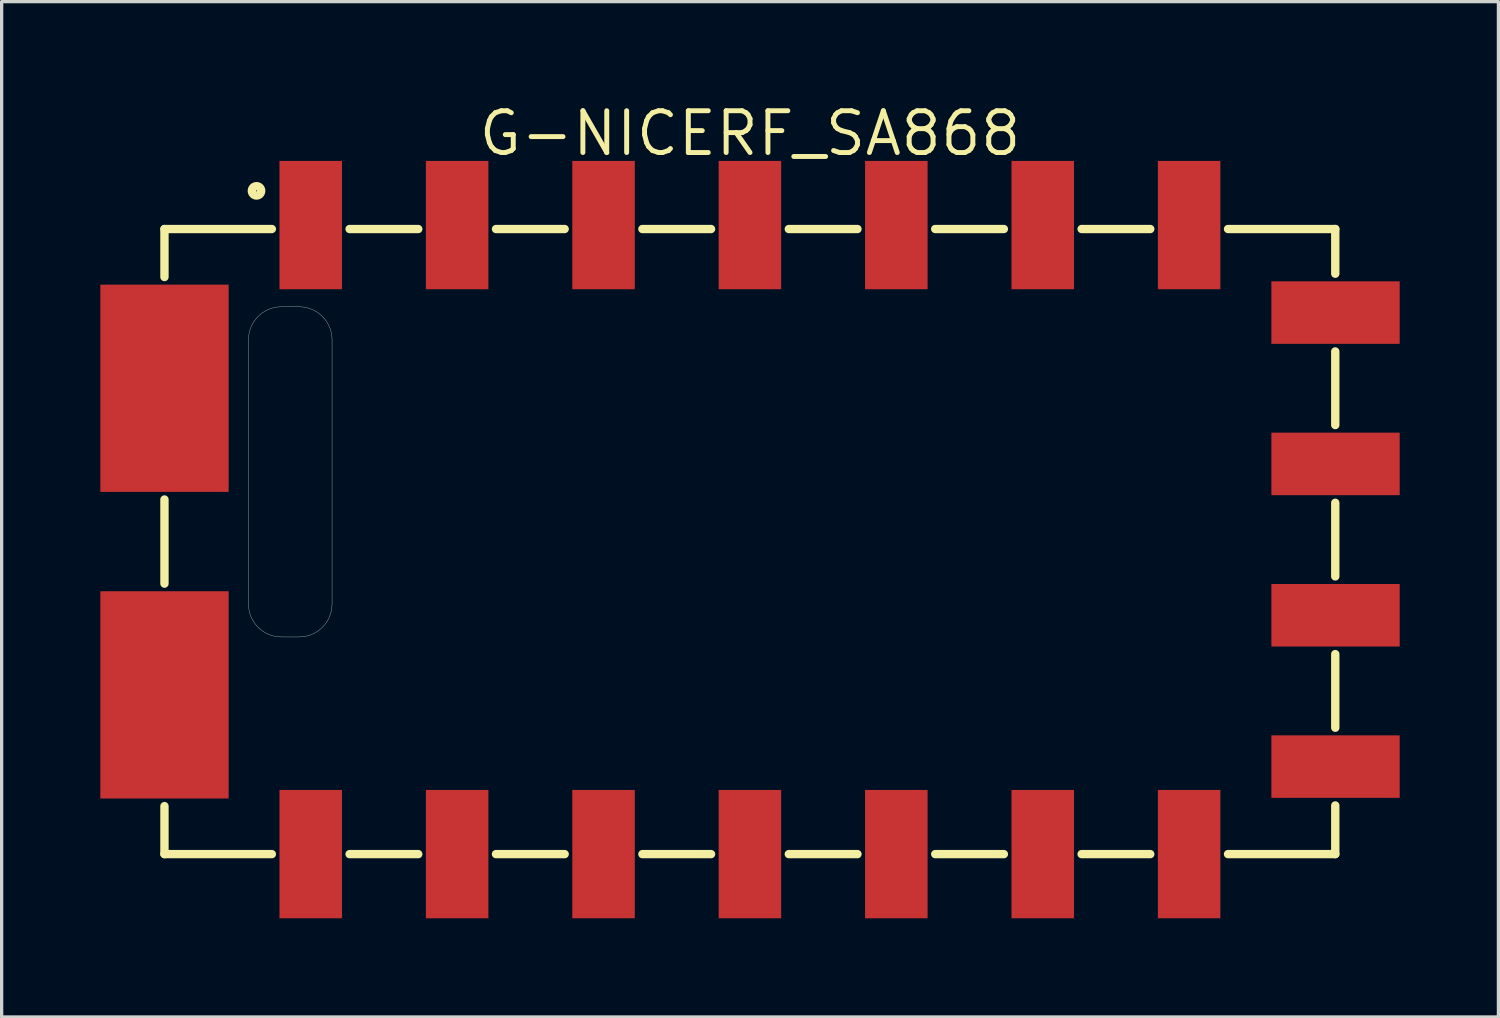
<source format=kicad_pcb>
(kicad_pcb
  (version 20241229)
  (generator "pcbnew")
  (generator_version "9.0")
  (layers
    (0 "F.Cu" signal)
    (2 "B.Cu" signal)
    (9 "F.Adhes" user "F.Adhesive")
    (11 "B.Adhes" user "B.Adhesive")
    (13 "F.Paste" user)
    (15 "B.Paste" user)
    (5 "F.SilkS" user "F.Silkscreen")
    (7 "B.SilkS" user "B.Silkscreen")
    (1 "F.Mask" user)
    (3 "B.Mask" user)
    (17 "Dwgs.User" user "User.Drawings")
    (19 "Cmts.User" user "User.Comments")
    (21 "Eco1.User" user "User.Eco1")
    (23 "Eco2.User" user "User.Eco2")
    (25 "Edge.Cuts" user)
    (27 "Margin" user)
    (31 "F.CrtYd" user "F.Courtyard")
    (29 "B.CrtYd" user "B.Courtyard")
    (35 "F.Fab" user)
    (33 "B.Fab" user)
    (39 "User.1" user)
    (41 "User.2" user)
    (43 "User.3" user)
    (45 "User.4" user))
  (footprint "G-NICERF_SA868"
    (layer "F.Cu")
    (at 19.747 13.351)
    (property "Reference" "G-NICERF_SA868" (at 0 -12.345 0) (layer "F.SilkS") (effects (font (size 1.27 1.27) (thickness 0.15))))
    (fp_line (start -17.798 -9.44) (end -17.798 -7.981) (stroke (width 0.254) (type default)) (layer "F.SilkS"))
    (fp_line (start -17.798 -9.44) (end -14.534 -9.44) (stroke (width 0.254) (type default)) (layer "F.SilkS"))
    (fp_line (start -17.798 -1.219) (end -17.798 1.339) (stroke (width 0.254) (type default)) (layer "F.SilkS"))
    (fp_line (start -17.798 8.101) (end -17.798 9.56) (stroke (width 0.254) (type default)) (layer "F.SilkS"))
    (fp_line (start -14.534 9.56) (end -17.798 9.56) (stroke (width 0.254) (type default)) (layer "F.SilkS"))
    (fp_line (start -12.171 -9.44) (end -10.084 -9.44) (stroke (width 0.254) (type default)) (layer "F.SilkS"))
    (fp_line (start -10.084 9.56) (end -12.171 9.56) (stroke (width 0.254) (type default)) (layer "F.SilkS"))
    (fp_line (start -7.721 -9.44) (end -5.634 -9.44) (stroke (width 0.254) (type default)) (layer "F.SilkS"))
    (fp_line (start -5.634 9.56) (end -7.721 9.56) (stroke (width 0.254) (type default)) (layer "F.SilkS"))
    (fp_line (start -3.271 -9.44) (end -1.184 -9.44) (stroke (width 0.254) (type default)) (layer "F.SilkS"))
    (fp_line (start -1.184 9.56) (end -3.271 9.56) (stroke (width 0.254) (type default)) (layer "F.SilkS"))
    (fp_line (start 1.179 -9.44) (end 3.266 -9.44) (stroke (width 0.254) (type default)) (layer "F.SilkS"))
    (fp_line (start 3.266 9.56) (end 1.179 9.56) (stroke (width 0.254) (type default)) (layer "F.SilkS"))
    (fp_line (start 5.629 -9.44) (end 7.716 -9.44) (stroke (width 0.254) (type default)) (layer "F.SilkS"))
    (fp_line (start 7.716 9.56) (end 5.629 9.56) (stroke (width 0.254) (type default)) (layer "F.SilkS"))
    (fp_line (start 10.079 -9.44) (end 12.166 -9.44) (stroke (width 0.254) (type default)) (layer "F.SilkS"))
    (fp_line (start 12.166 9.56) (end 10.079 9.56) (stroke (width 0.254) (type default)) (layer "F.SilkS"))
    (fp_line (start 14.529 -9.44) (end 17.789 -9.44) (stroke (width 0.254) (type default)) (layer "F.SilkS"))
    (fp_line (start 17.789 -9.44) (end 17.789 -8.081) (stroke (width 0.254) (type default)) (layer "F.SilkS"))
    (fp_line (start 17.789 -5.719) (end 17.789 -3.481) (stroke (width 0.254) (type default)) (layer "F.SilkS"))
    (fp_line (start 17.789 -1.119) (end 17.789 1.119) (stroke (width 0.254) (type default)) (layer "F.SilkS"))
    (fp_line (start 17.789 3.481) (end 17.789 5.719) (stroke (width 0.254) (type default)) (layer "F.SilkS"))
    (fp_line (start 17.789 8.081) (end 17.789 9.56) (stroke (width 0.254) (type default)) (layer "F.SilkS"))
    (fp_line (start 17.789 9.56) (end 14.529 9.56) (stroke (width 0.254) (type default)) (layer "F.SilkS"))
    (fp_circle (center -15 -10.6) (end -14.858 -10.6) (stroke (width 0.254) (type default)) (fill no) (layer "F.SilkS"))
    (fp_line (start -15.244 1.959) (end -15.244 -6.076) (stroke (width 0.01) (type default)) (layer "Edge.Cuts"))
    (fp_line (start -14.244 -7.076) (end -13.704 -7.076) (stroke (width 0.01) (type default)) (layer "Edge.Cuts"))
    (fp_line (start -13.704 2.959) (end -14.244 2.959) (stroke (width 0.01) (type default)) (layer "Edge.Cuts"))
    (fp_line (start -12.704 -6.076) (end -12.704 1.959) (stroke (width 0.01) (type default)) (layer "Edge.Cuts"))
    (fp_arc (start -15.244333 -6.07558) (mid -14.95144 -6.782687) (end -14.244333 -7.07558) (stroke (width 0.01) (type default)) (layer "Edge.Cuts"))
    (fp_arc (start -14.244333 2.958661) (mid -14.95144 2.665768) (end -15.244333 1.958661) (stroke (width 0.01) (type default)) (layer "Edge.Cuts"))
    (fp_arc (start -13.704333 -7.07558) (mid -12.997226 -6.782687) (end -12.704333 -6.07558) (stroke (width 0.01) (type default)) (layer "Edge.Cuts"))
    (fp_arc (start -12.704333 1.958661) (mid -12.997226 2.665768) (end -13.704333 2.958661) (stroke (width 0.01) (type default)) (layer "Edge.Cuts"))
    (pad "1" smd rect (at -13.352 -9.56 180) (size 1.9 3.9) (layers "F.Cu" "F.Mask" "F.Paste"))
    (pad "2" smd rect (at -8.902 -9.56 180) (size 1.9 3.9) (layers "F.Cu" "F.Mask" "F.Paste"))
    (pad "3" smd rect (at -4.452 -9.56 180) (size 1.9 3.9) (layers "F.Cu" "F.Mask" "F.Paste"))
    (pad "4" smd rect (at -0.003 -9.56 180) (size 1.9 3.9) (layers "F.Cu" "F.Mask" "F.Paste"))
    (pad "5" smd rect (at 4.447 -9.56 180) (size 1.9 3.9) (layers "F.Cu" "F.Mask" "F.Paste"))
    (pad "6" smd rect (at 8.898 -9.56 180) (size 1.9 3.9) (layers "F.Cu" "F.Mask" "F.Paste"))
    (pad "7" smd rect (at 13.347 -9.56 180) (size 1.9 3.9) (layers "F.Cu" "F.Mask" "F.Paste"))
    (pad "8" smd rect (at 17.797 -6.9 270) (size 1.9 3.9) (layers "F.Cu" "F.Mask" "F.Paste"))
    (pad "9" smd rect (at 17.797 -2.3 270) (size 1.9 3.9) (layers "F.Cu" "F.Mask" "F.Paste"))
    (pad "10" smd rect (at 17.797 2.3 270) (size 1.9 3.9) (layers "F.Cu" "F.Mask" "F.Paste"))
    (pad "11" smd rect (at 17.797 6.9 270) (size 1.9 3.9) (layers "F.Cu" "F.Mask" "F.Paste"))
    (pad "12" smd rect (at 13.347 9.56 180) (size 1.9 3.9) (layers "F.Cu" "F.Mask" "F.Paste"))
    (pad "13" smd rect (at 8.898 9.56) (size 1.9 3.9) (layers "F.Cu" "F.Mask" "F.Paste"))
    (pad "14" smd rect (at 4.447 9.56) (size 1.9 3.9) (layers "F.Cu" "F.Mask" "F.Paste"))
    (pad "15" smd rect (at -0.003 9.56) (size 1.9 3.9) (layers "F.Cu" "F.Mask" "F.Paste"))
    (pad "16" smd rect (at -4.452 9.56) (size 1.9 3.9) (layers "F.Cu" "F.Mask" "F.Paste"))
    (pad "17" smd rect (at -8.902 9.56) (size 1.9 3.9) (layers "F.Cu" "F.Mask" "F.Paste"))
    (pad "18" smd rect (at -13.352 9.56) (size 1.9 3.9) (layers "F.Cu" "F.Mask" "F.Paste"))
    (pad "19" smd rect (at -17.797 4.72) (size 3.9 6.3) (layers "F.Cu" "F.Mask" "F.Paste"))
    (pad "20" smd rect (at -17.797 -4.6) (size 3.9 6.3) (layers "F.Cu" "F.Mask" "F.Paste")))
  (gr_rect
    (start -3 -3)
    (end 42.495 27.861)
    (stroke (width 0.1) (type default))
    (fill no)
    (layer "Edge.Cuts")))
</source>
